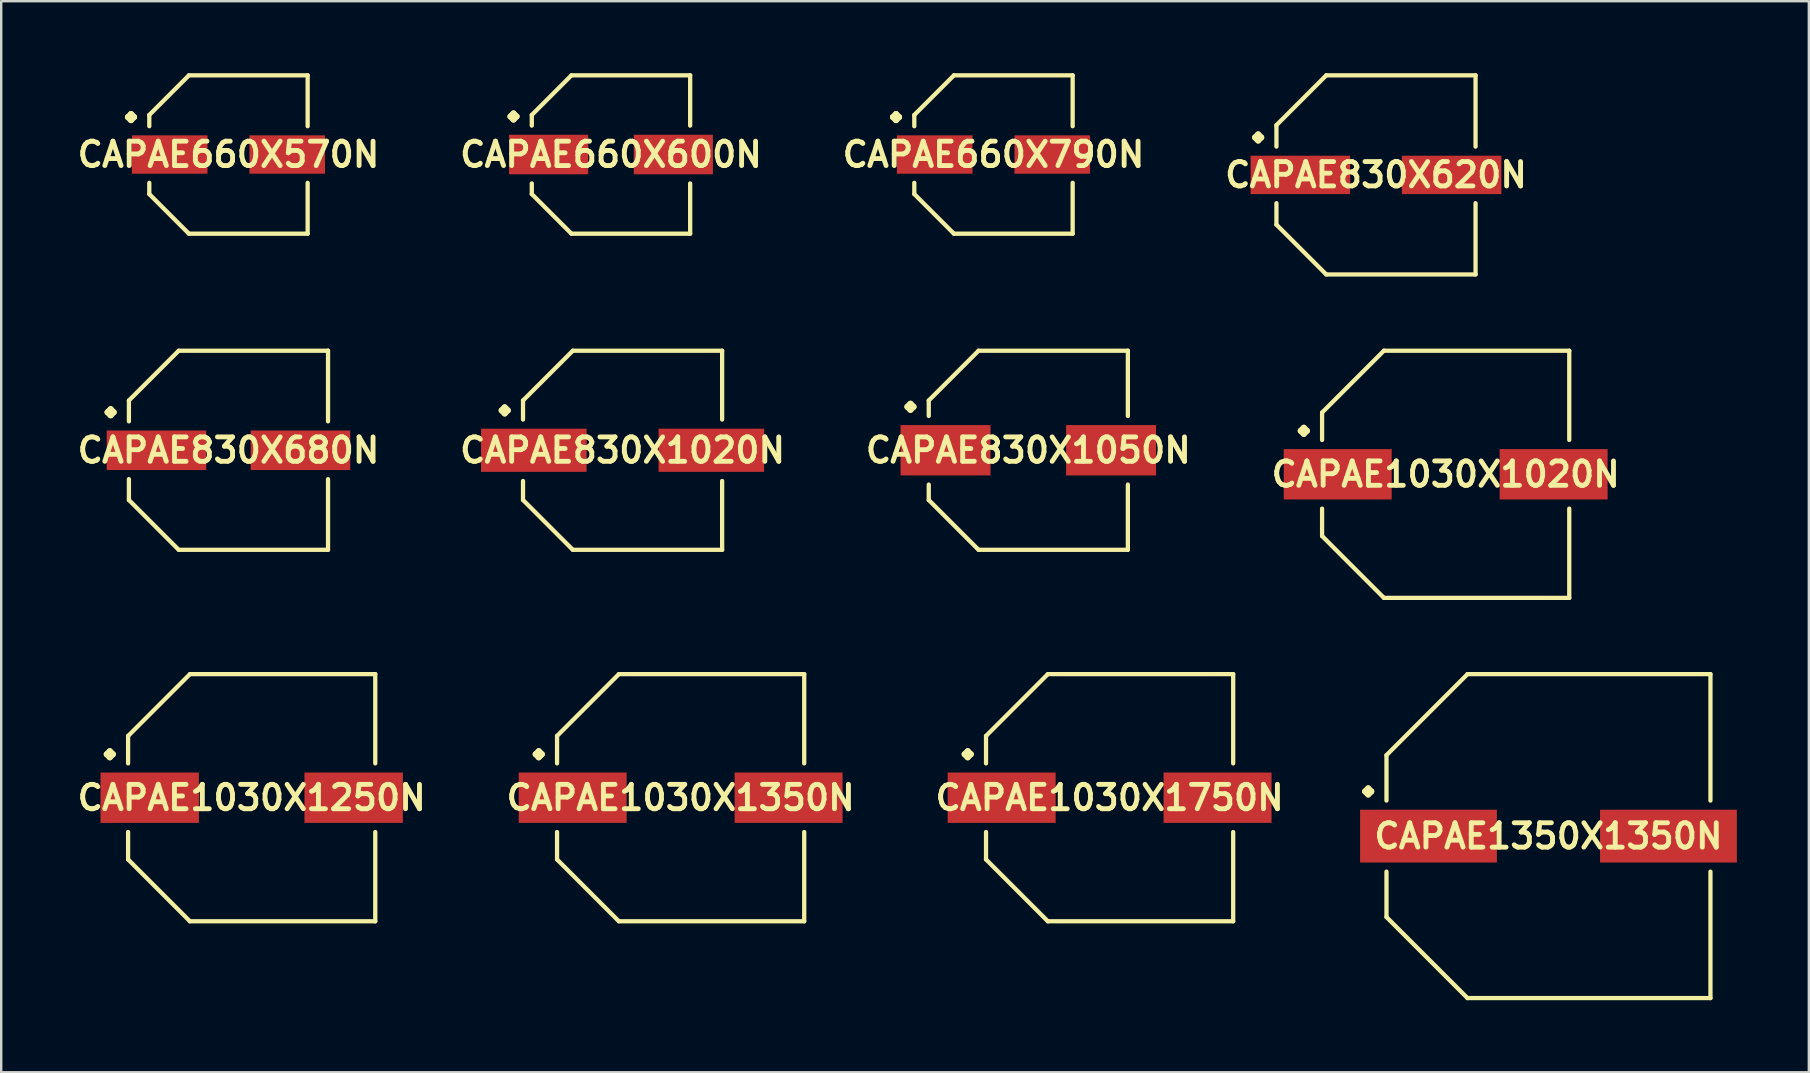
<source format=kicad_pcb>
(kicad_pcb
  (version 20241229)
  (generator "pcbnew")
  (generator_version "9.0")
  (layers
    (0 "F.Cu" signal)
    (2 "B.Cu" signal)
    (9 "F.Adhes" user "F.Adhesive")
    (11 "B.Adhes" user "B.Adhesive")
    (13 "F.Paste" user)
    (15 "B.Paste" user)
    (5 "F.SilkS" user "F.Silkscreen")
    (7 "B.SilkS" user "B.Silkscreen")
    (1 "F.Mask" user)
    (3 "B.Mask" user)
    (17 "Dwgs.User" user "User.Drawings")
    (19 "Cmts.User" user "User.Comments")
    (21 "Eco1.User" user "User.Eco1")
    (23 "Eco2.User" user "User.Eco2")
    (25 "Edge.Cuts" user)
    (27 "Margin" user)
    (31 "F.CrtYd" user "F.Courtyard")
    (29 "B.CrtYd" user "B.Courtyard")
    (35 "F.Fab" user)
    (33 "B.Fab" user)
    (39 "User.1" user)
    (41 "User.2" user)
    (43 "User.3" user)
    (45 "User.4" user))
  (footprint "CAPAE830X680N"
    (layer "F.Cu")
    (at 6.469 15.71)
    (property "Reference" "CAPAE830X680N" (at 0 0 0) (layer "F.SilkS") (effects (font (size 1.016 1.016) (thickness 0.203))))
    (attr smd)
    (fp_line (start -5.037 -1.585) (end -4.91 -1.712) (stroke (width 0.254) (type solid)) (layer "F.SilkS"))
    (fp_line (start -4.91 -1.712) (end -4.783 -1.585) (stroke (width 0.254) (type solid)) (layer "F.SilkS"))
    (fp_line (start -4.91 -1.458) (end -5.037 -1.585) (stroke (width 0.254) (type solid)) (layer "F.SilkS"))
    (fp_line (start -4.783 -1.585) (end -4.91 -1.458) (stroke (width 0.254) (type solid)) (layer "F.SilkS"))
    (fp_line (start -4.148 -2.073) (end -4.148 -1.204) (stroke (width 0.178) (type solid)) (layer "F.SilkS"))
    (fp_line (start -4.148 2.073) (end -4.148 1.204) (stroke (width 0.178) (type solid)) (layer "F.SilkS"))
    (fp_line (start -2.073 -4.148) (end -4.148 -2.073) (stroke (width 0.178) (type solid)) (layer "F.SilkS"))
    (fp_line (start -2.073 4.148) (end -4.148 2.073) (stroke (width 0.178) (type solid)) (layer "F.SilkS"))
    (fp_line (start 4.148 -4.148) (end -2.073 -4.148) (stroke (width 0.178) (type solid)) (layer "F.SilkS"))
    (fp_line (start 4.148 -1.204) (end 4.148 -4.148) (stroke (width 0.178) (type solid)) (layer "F.SilkS"))
    (fp_line (start 4.148 1.204) (end 4.148 4.148) (stroke (width 0.178) (type solid)) (layer "F.SilkS"))
    (fp_line (start 4.148 4.148) (end -2.073 4.148) (stroke (width 0.178) (type solid)) (layer "F.SilkS"))
    (pad "1" smd rect (at -3 0) (size 4.148 1.648) (layers "F.Cu" "F.Mask" "F.Paste"))
    (pad "2" smd rect (at 3 0) (size 4.148 1.648) (layers "F.Cu" "F.Mask" "F.Paste")))
  (footprint "CAPAE660X600N"
    (layer "F.Cu")
    (at 22.406 3.388)
    (property "Reference" "CAPAE660X600N" (at 0 0 0) (layer "F.SilkS") (effects (font (size 1.016 1.016) (thickness 0.203))))
    (attr smd)
    (fp_line (start -4.188 -1.585) (end -4.061 -1.712) (stroke (width 0.254) (type solid)) (layer "F.SilkS"))
    (fp_line (start -4.061 -1.712) (end -3.934 -1.585) (stroke (width 0.254) (type solid)) (layer "F.SilkS"))
    (fp_line (start -4.061 -1.458) (end -4.188 -1.585) (stroke (width 0.254) (type solid)) (layer "F.SilkS"))
    (fp_line (start -3.934 -1.585) (end -4.061 -1.458) (stroke (width 0.254) (type solid)) (layer "F.SilkS"))
    (fp_line (start -3.299 -1.648) (end -3.299 -1.204) (stroke (width 0.178) (type solid)) (layer "F.SilkS"))
    (fp_line (start -3.299 1.648) (end -3.299 1.204) (stroke (width 0.178) (type solid)) (layer "F.SilkS"))
    (fp_line (start -1.648 -3.299) (end -3.299 -1.648) (stroke (width 0.178) (type solid)) (layer "F.SilkS"))
    (fp_line (start -1.648 3.299) (end -3.299 1.648) (stroke (width 0.178) (type solid)) (layer "F.SilkS"))
    (fp_line (start 3.299 -3.299) (end -1.648 -3.299) (stroke (width 0.178) (type solid)) (layer "F.SilkS"))
    (fp_line (start 3.299 -1.204) (end 3.299 -3.299) (stroke (width 0.178) (type solid)) (layer "F.SilkS"))
    (fp_line (start 3.299 1.204) (end 3.299 3.299) (stroke (width 0.178) (type solid)) (layer "F.SilkS"))
    (fp_line (start 3.299 3.299) (end -1.648 3.299) (stroke (width 0.178) (type solid)) (layer "F.SilkS"))
    (pad "1" smd rect (at -2.598 0) (size 3.299 1.648) (layers "F.Cu" "F.Mask" "F.Paste"))
    (pad "2" smd rect (at 2.598 0) (size 3.299 1.648) (layers "F.Cu" "F.Mask" "F.Paste")))
  (footprint "CAPAE1350X1350N"
    (layer "F.Cu")
    (at 61.466 31.786)
    (property "Reference" "CAPAE1350X1350N" (at 0 0 0) (layer "F.SilkS") (effects (font (size 1.016 1.016) (thickness 0.203))))
    (attr smd)
    (fp_line (start -7.638 -1.862) (end -7.511 -1.989) (stroke (width 0.254) (type solid)) (layer "F.SilkS"))
    (fp_line (start -7.511 -1.989) (end -7.384 -1.862) (stroke (width 0.254) (type solid)) (layer "F.SilkS"))
    (fp_line (start -7.511 -1.735) (end -7.638 -1.862) (stroke (width 0.254) (type solid)) (layer "F.SilkS"))
    (fp_line (start -7.384 -1.862) (end -7.511 -1.735) (stroke (width 0.254) (type solid)) (layer "F.SilkS"))
    (fp_line (start -6.749 -3.373) (end -6.749 -1.481) (stroke (width 0.178) (type solid)) (layer "F.SilkS"))
    (fp_line (start -6.749 3.373) (end -6.749 1.481) (stroke (width 0.178) (type solid)) (layer "F.SilkS"))
    (fp_line (start -3.373 -6.749) (end -6.749 -3.373) (stroke (width 0.178) (type solid)) (layer "F.SilkS"))
    (fp_line (start -3.373 6.749) (end -6.749 3.373) (stroke (width 0.178) (type solid)) (layer "F.SilkS"))
    (fp_line (start 6.749 -6.749) (end -3.373 -6.749) (stroke (width 0.178) (type solid)) (layer "F.SilkS"))
    (fp_line (start 6.749 -1.481) (end 6.749 -6.749) (stroke (width 0.178) (type solid)) (layer "F.SilkS"))
    (fp_line (start 6.749 1.481) (end 6.749 6.749) (stroke (width 0.178) (type solid)) (layer "F.SilkS"))
    (fp_line (start 6.749 6.749) (end -3.373 6.749) (stroke (width 0.178) (type solid)) (layer "F.SilkS"))
    (pad "1" smd rect (at -4.999 0) (size 5.7 2.2) (layers "F.Cu" "F.Mask" "F.Paste"))
    (pad "2" smd rect (at 4.999 0) (size 5.7 2.2) (layers "F.Cu" "F.Mask" "F.Paste")))
  (footprint "CAPAE1030X1350N"
    (layer "F.Cu")
    (at 25.308 30.186)
    (property "Reference" "CAPAE1030X1350N" (at 0 0 0) (layer "F.SilkS") (effects (font (size 1.016 1.016) (thickness 0.203))))
    (attr smd)
    (fp_line (start -6.038 -1.811) (end -5.911 -1.938) (stroke (width 0.254) (type solid)) (layer "F.SilkS"))
    (fp_line (start -5.911 -1.938) (end -5.784 -1.811) (stroke (width 0.254) (type solid)) (layer "F.SilkS"))
    (fp_line (start -5.911 -1.684) (end -6.038 -1.811) (stroke (width 0.254) (type solid)) (layer "F.SilkS"))
    (fp_line (start -5.784 -1.811) (end -5.911 -1.684) (stroke (width 0.254) (type solid)) (layer "F.SilkS"))
    (fp_line (start -5.149 -2.573) (end -5.149 -1.43) (stroke (width 0.178) (type solid)) (layer "F.SilkS"))
    (fp_line (start -5.149 2.573) (end -5.149 1.43) (stroke (width 0.178) (type solid)) (layer "F.SilkS"))
    (fp_line (start -2.573 -5.149) (end -5.149 -2.573) (stroke (width 0.178) (type solid)) (layer "F.SilkS"))
    (fp_line (start -2.573 5.149) (end -5.149 2.573) (stroke (width 0.178) (type solid)) (layer "F.SilkS"))
    (fp_line (start 5.149 -5.149) (end -2.573 -5.149) (stroke (width 0.178) (type solid)) (layer "F.SilkS"))
    (fp_line (start 5.149 -1.43) (end 5.149 -5.149) (stroke (width 0.178) (type solid)) (layer "F.SilkS"))
    (fp_line (start 5.149 1.43) (end 5.149 5.149) (stroke (width 0.178) (type solid)) (layer "F.SilkS"))
    (fp_line (start 5.149 5.149) (end -2.573 5.149) (stroke (width 0.178) (type solid)) (layer "F.SilkS"))
    (pad "1" smd rect (at -4.498 0) (size 4.498 2.098) (layers "F.Cu" "F.Mask" "F.Paste"))
    (pad "2" smd rect (at 4.498 0) (size 4.498 2.098) (layers "F.Cu" "F.Mask" "F.Paste")))
  (footprint "CAPAE660X570N"
    (layer "F.Cu")
    (at 6.469 3.388)
    (property "Reference" "CAPAE660X570N" (at 0 0 0) (layer "F.SilkS") (effects (font (size 1.016 1.016) (thickness 0.203))))
    (attr smd)
    (fp_line (start -4.188 -1.56) (end -4.061 -1.687) (stroke (width 0.254) (type solid)) (layer "F.SilkS"))
    (fp_line (start -4.061 -1.687) (end -3.934 -1.56) (stroke (width 0.254) (type solid)) (layer "F.SilkS"))
    (fp_line (start -4.061 -1.433) (end -4.188 -1.56) (stroke (width 0.254) (type solid)) (layer "F.SilkS"))
    (fp_line (start -3.934 -1.56) (end -4.061 -1.433) (stroke (width 0.254) (type solid)) (layer "F.SilkS"))
    (fp_line (start -3.299 -1.648) (end -3.299 -1.179) (stroke (width 0.178) (type solid)) (layer "F.SilkS"))
    (fp_line (start -3.299 1.648) (end -3.299 1.179) (stroke (width 0.178) (type solid)) (layer "F.SilkS"))
    (fp_line (start -1.648 -3.299) (end -3.299 -1.648) (stroke (width 0.178) (type solid)) (layer "F.SilkS"))
    (fp_line (start -1.648 3.299) (end -3.299 1.648) (stroke (width 0.178) (type solid)) (layer "F.SilkS"))
    (fp_line (start 3.299 -3.299) (end -1.648 -3.299) (stroke (width 0.178) (type solid)) (layer "F.SilkS"))
    (fp_line (start 3.299 -1.179) (end 3.299 -3.299) (stroke (width 0.178) (type solid)) (layer "F.SilkS"))
    (fp_line (start 3.299 1.179) (end 3.299 3.299) (stroke (width 0.178) (type solid)) (layer "F.SilkS"))
    (fp_line (start 3.299 3.299) (end -1.648 3.299) (stroke (width 0.178) (type solid)) (layer "F.SilkS"))
    (pad "1" smd rect (at -2.449 0) (size 3.15 1.598) (layers "F.Cu" "F.Mask" "F.Paste"))
    (pad "2" smd rect (at 2.449 0) (size 3.15 1.598) (layers "F.Cu" "F.Mask" "F.Paste")))
  (footprint "CAPAE830X620N"
    (layer "F.Cu")
    (at 54.28 4.237)
    (property "Reference" "CAPAE830X620N" (at 0 0 0) (layer "F.SilkS") (effects (font (size 1.016 1.016) (thickness 0.203))))
    (attr smd)
    (fp_line (start -5.037 -1.56) (end -4.91 -1.687) (stroke (width 0.254) (type solid)) (layer "F.SilkS"))
    (fp_line (start -4.91 -1.687) (end -4.783 -1.56) (stroke (width 0.254) (type solid)) (layer "F.SilkS"))
    (fp_line (start -4.91 -1.433) (end -5.037 -1.56) (stroke (width 0.254) (type solid)) (layer "F.SilkS"))
    (fp_line (start -4.783 -1.56) (end -4.91 -1.433) (stroke (width 0.254) (type solid)) (layer "F.SilkS"))
    (fp_line (start -4.148 -2.073) (end -4.148 -1.179) (stroke (width 0.178) (type solid)) (layer "F.SilkS"))
    (fp_line (start -4.148 2.073) (end -4.148 1.179) (stroke (width 0.178) (type solid)) (layer "F.SilkS"))
    (fp_line (start -2.073 -4.148) (end -4.148 -2.073) (stroke (width 0.178) (type solid)) (layer "F.SilkS"))
    (fp_line (start -2.073 4.148) (end -4.148 2.073) (stroke (width 0.178) (type solid)) (layer "F.SilkS"))
    (fp_line (start 4.148 -4.148) (end -2.073 -4.148) (stroke (width 0.178) (type solid)) (layer "F.SilkS"))
    (fp_line (start 4.148 -1.179) (end 4.148 -4.148) (stroke (width 0.178) (type solid)) (layer "F.SilkS"))
    (fp_line (start 4.148 1.179) (end 4.148 4.148) (stroke (width 0.178) (type solid)) (layer "F.SilkS"))
    (fp_line (start 4.148 4.148) (end -2.073 4.148) (stroke (width 0.178) (type solid)) (layer "F.SilkS"))
    (pad "1" smd rect (at -3.15 0) (size 4.148 1.598) (layers "F.Cu" "F.Mask" "F.Paste"))
    (pad "2" smd rect (at 3.15 0) (size 4.148 1.598) (layers "F.Cu" "F.Mask" "F.Paste")))
  (footprint "CAPAE1030X1750N"
    (layer "F.Cu")
    (at 43.181 30.186)
    (property "Reference" "CAPAE1030X1750N" (at 0 0 0) (layer "F.SilkS") (effects (font (size 1.016 1.016) (thickness 0.203))))
    (attr smd)
    (fp_line (start -6.038 -1.811) (end -5.911 -1.938) (stroke (width 0.254) (type solid)) (layer "F.SilkS"))
    (fp_line (start -5.911 -1.938) (end -5.784 -1.811) (stroke (width 0.254) (type solid)) (layer "F.SilkS"))
    (fp_line (start -5.911 -1.684) (end -6.038 -1.811) (stroke (width 0.254) (type solid)) (layer "F.SilkS"))
    (fp_line (start -5.784 -1.811) (end -5.911 -1.684) (stroke (width 0.254) (type solid)) (layer "F.SilkS"))
    (fp_line (start -5.149 -2.573) (end -5.149 -1.43) (stroke (width 0.178) (type solid)) (layer "F.SilkS"))
    (fp_line (start -5.149 2.573) (end -5.149 1.43) (stroke (width 0.178) (type solid)) (layer "F.SilkS"))
    (fp_line (start -2.573 -5.149) (end -5.149 -2.573) (stroke (width 0.178) (type solid)) (layer "F.SilkS"))
    (fp_line (start -2.573 5.149) (end -5.149 2.573) (stroke (width 0.178) (type solid)) (layer "F.SilkS"))
    (fp_line (start 5.149 -5.149) (end -2.573 -5.149) (stroke (width 0.178) (type solid)) (layer "F.SilkS"))
    (fp_line (start 5.149 -1.43) (end 5.149 -5.149) (stroke (width 0.178) (type solid)) (layer "F.SilkS"))
    (fp_line (start 5.149 1.43) (end 5.149 5.149) (stroke (width 0.178) (type solid)) (layer "F.SilkS"))
    (fp_line (start 5.149 5.149) (end -2.573 5.149) (stroke (width 0.178) (type solid)) (layer "F.SilkS"))
    (pad "1" smd rect (at -4.498 0) (size 4.498 2.098) (layers "F.Cu" "F.Mask" "F.Paste"))
    (pad "2" smd rect (at 4.498 0) (size 4.498 2.098) (layers "F.Cu" "F.Mask" "F.Paste")))
  (footprint "CAPAE830X1020N"
    (layer "F.Cu")
    (at 22.889 15.71)
    (property "Reference" "CAPAE830X1020N" (at 0 0 0) (layer "F.SilkS") (effects (font (size 1.016 1.016) (thickness 0.203))))
    (attr smd)
    (fp_line (start -5.037 -1.661) (end -4.91 -1.788) (stroke (width 0.254) (type solid)) (layer "F.SilkS"))
    (fp_line (start -4.91 -1.788) (end -4.783 -1.661) (stroke (width 0.254) (type solid)) (layer "F.SilkS"))
    (fp_line (start -4.91 -1.534) (end -5.037 -1.661) (stroke (width 0.254) (type solid)) (layer "F.SilkS"))
    (fp_line (start -4.783 -1.661) (end -4.91 -1.534) (stroke (width 0.254) (type solid)) (layer "F.SilkS"))
    (fp_line (start -4.148 -2.073) (end -4.148 -1.28) (stroke (width 0.178) (type solid)) (layer "F.SilkS"))
    (fp_line (start -4.148 2.073) (end -4.148 1.28) (stroke (width 0.178) (type solid)) (layer "F.SilkS"))
    (fp_line (start -2.073 -4.148) (end -4.148 -2.073) (stroke (width 0.178) (type solid)) (layer "F.SilkS"))
    (fp_line (start -2.073 4.148) (end -4.148 2.073) (stroke (width 0.178) (type solid)) (layer "F.SilkS"))
    (fp_line (start 4.148 -4.148) (end -2.073 -4.148) (stroke (width 0.178) (type solid)) (layer "F.SilkS"))
    (fp_line (start 4.148 -1.28) (end 4.148 -4.148) (stroke (width 0.178) (type solid)) (layer "F.SilkS"))
    (fp_line (start 4.148 1.28) (end 4.148 4.148) (stroke (width 0.178) (type solid)) (layer "F.SilkS"))
    (fp_line (start 4.148 4.148) (end -2.073 4.148) (stroke (width 0.178) (type solid)) (layer "F.SilkS"))
    (pad "1" smd rect (at -3.698 0) (size 4.399 1.798) (layers "F.Cu" "F.Mask" "F.Paste"))
    (pad "2" smd rect (at 3.698 0) (size 4.399 1.798) (layers "F.Cu" "F.Mask" "F.Paste")))
  (footprint "CAPAE1030X1020N"
    (layer "F.Cu")
    (at 57.183 16.711)
    (property "Reference" "CAPAE1030X1020N" (at 0 0 0) (layer "F.SilkS") (effects (font (size 1.016 1.016) (thickness 0.203))))
    (attr smd)
    (fp_line (start -6.038 -1.811) (end -5.911 -1.938) (stroke (width 0.254) (type solid)) (layer "F.SilkS"))
    (fp_line (start -5.911 -1.938) (end -5.784 -1.811) (stroke (width 0.254) (type solid)) (layer "F.SilkS"))
    (fp_line (start -5.911 -1.684) (end -6.038 -1.811) (stroke (width 0.254) (type solid)) (layer "F.SilkS"))
    (fp_line (start -5.784 -1.811) (end -5.911 -1.684) (stroke (width 0.254) (type solid)) (layer "F.SilkS"))
    (fp_line (start -5.149 -2.573) (end -5.149 -1.43) (stroke (width 0.178) (type solid)) (layer "F.SilkS"))
    (fp_line (start -5.149 2.573) (end -5.149 1.43) (stroke (width 0.178) (type solid)) (layer "F.SilkS"))
    (fp_line (start -2.573 -5.149) (end -5.149 -2.573) (stroke (width 0.178) (type solid)) (layer "F.SilkS"))
    (fp_line (start -2.573 5.149) (end -5.149 2.573) (stroke (width 0.178) (type solid)) (layer "F.SilkS"))
    (fp_line (start 5.149 -5.149) (end -2.573 -5.149) (stroke (width 0.178) (type solid)) (layer "F.SilkS"))
    (fp_line (start 5.149 -1.43) (end 5.149 -5.149) (stroke (width 0.178) (type solid)) (layer "F.SilkS"))
    (fp_line (start 5.149 1.43) (end 5.149 5.149) (stroke (width 0.178) (type solid)) (layer "F.SilkS"))
    (fp_line (start 5.149 5.149) (end -2.573 5.149) (stroke (width 0.178) (type solid)) (layer "F.SilkS"))
    (pad "1" smd rect (at -4.498 0) (size 4.498 2.098) (layers "F.Cu" "F.Mask" "F.Paste"))
    (pad "2" smd rect (at 4.498 0) (size 4.498 2.098) (layers "F.Cu" "F.Mask" "F.Paste")))
  (footprint "CAPAE830X1050N"
    (layer "F.Cu")
    (at 39.794 15.71)
    (property "Reference" "CAPAE830X1050N" (at 0 0 0) (layer "F.SilkS") (effects (font (size 1.016 1.016) (thickness 0.203))))
    (attr smd)
    (fp_line (start -5.037 -1.811) (end -4.91 -1.938) (stroke (width 0.254) (type solid)) (layer "F.SilkS"))
    (fp_line (start -4.91 -1.938) (end -4.783 -1.811) (stroke (width 0.254) (type solid)) (layer "F.SilkS"))
    (fp_line (start -4.91 -1.684) (end -5.037 -1.811) (stroke (width 0.254) (type solid)) (layer "F.SilkS"))
    (fp_line (start -4.783 -1.811) (end -4.91 -1.684) (stroke (width 0.254) (type solid)) (layer "F.SilkS"))
    (fp_line (start -4.148 -2.073) (end -4.148 -1.43) (stroke (width 0.178) (type solid)) (layer "F.SilkS"))
    (fp_line (start -4.148 2.073) (end -4.148 1.43) (stroke (width 0.178) (type solid)) (layer "F.SilkS"))
    (fp_line (start -2.073 -4.148) (end -4.148 -2.073) (stroke (width 0.178) (type solid)) (layer "F.SilkS"))
    (fp_line (start -2.073 4.148) (end -4.148 2.073) (stroke (width 0.178) (type solid)) (layer "F.SilkS"))
    (fp_line (start 4.148 -4.148) (end -2.073 -4.148) (stroke (width 0.178) (type solid)) (layer "F.SilkS"))
    (fp_line (start 4.148 -1.43) (end 4.148 -4.148) (stroke (width 0.178) (type solid)) (layer "F.SilkS"))
    (fp_line (start 4.148 1.43) (end 4.148 4.148) (stroke (width 0.178) (type solid)) (layer "F.SilkS"))
    (fp_line (start 4.148 4.148) (end -2.073 4.148) (stroke (width 0.178) (type solid)) (layer "F.SilkS"))
    (pad "1" smd rect (at -3.449 0) (size 3.749 2.098) (layers "F.Cu" "F.Mask" "F.Paste"))
    (pad "2" smd rect (at 3.449 0) (size 3.749 2.098) (layers "F.Cu" "F.Mask" "F.Paste")))
  (footprint "CAPAE1030X1250N"
    (layer "F.Cu")
    (at 7.436 30.186)
    (property "Reference" "CAPAE1030X1250N" (at 0 0 0) (layer "F.SilkS") (effects (font (size 1.016 1.016) (thickness 0.203))))
    (attr smd)
    (fp_line (start -6.038 -1.811) (end -5.911 -1.938) (stroke (width 0.254) (type solid)) (layer "F.SilkS"))
    (fp_line (start -5.911 -1.938) (end -5.784 -1.811) (stroke (width 0.254) (type solid)) (layer "F.SilkS"))
    (fp_line (start -5.911 -1.684) (end -6.038 -1.811) (stroke (width 0.254) (type solid)) (layer "F.SilkS"))
    (fp_line (start -5.784 -1.811) (end -5.911 -1.684) (stroke (width 0.254) (type solid)) (layer "F.SilkS"))
    (fp_line (start -5.149 -2.573) (end -5.149 -1.43) (stroke (width 0.178) (type solid)) (layer "F.SilkS"))
    (fp_line (start -5.149 2.573) (end -5.149 1.43) (stroke (width 0.178) (type solid)) (layer "F.SilkS"))
    (fp_line (start -2.573 -5.149) (end -5.149 -2.573) (stroke (width 0.178) (type solid)) (layer "F.SilkS"))
    (fp_line (start -2.573 5.149) (end -5.149 2.573) (stroke (width 0.178) (type solid)) (layer "F.SilkS"))
    (fp_line (start 5.149 -5.149) (end -2.573 -5.149) (stroke (width 0.178) (type solid)) (layer "F.SilkS"))
    (fp_line (start 5.149 -1.43) (end 5.149 -5.149) (stroke (width 0.178) (type solid)) (layer "F.SilkS"))
    (fp_line (start 5.149 1.43) (end 5.149 5.149) (stroke (width 0.178) (type solid)) (layer "F.SilkS"))
    (fp_line (start 5.149 5.149) (end -2.573 5.149) (stroke (width 0.178) (type solid)) (layer "F.SilkS"))
    (pad "1" smd rect (at -4.249 0) (size 4.1 2.098) (layers "F.Cu" "F.Mask" "F.Paste"))
    (pad "2" smd rect (at 4.249 0) (size 4.1 2.098) (layers "F.Cu" "F.Mask" "F.Paste")))
  (footprint "CAPAE660X790N"
    (layer "F.Cu")
    (at 38.343 3.388)
    (property "Reference" "CAPAE660X790N" (at 0 0 0) (layer "F.SilkS") (effects (font (size 1.016 1.016) (thickness 0.203))))
    (attr smd)
    (fp_line (start -4.188 -1.56) (end -4.061 -1.687) (stroke (width 0.254) (type solid)) (layer "F.SilkS"))
    (fp_line (start -4.061 -1.687) (end -3.934 -1.56) (stroke (width 0.254) (type solid)) (layer "F.SilkS"))
    (fp_line (start -4.061 -1.433) (end -4.188 -1.56) (stroke (width 0.254) (type solid)) (layer "F.SilkS"))
    (fp_line (start -3.934 -1.56) (end -4.061 -1.433) (stroke (width 0.254) (type solid)) (layer "F.SilkS"))
    (fp_line (start -3.299 -1.648) (end -3.299 -1.179) (stroke (width 0.178) (type solid)) (layer "F.SilkS"))
    (fp_line (start -3.299 1.648) (end -3.299 1.179) (stroke (width 0.178) (type solid)) (layer "F.SilkS"))
    (fp_line (start -1.648 -3.299) (end -3.299 -1.648) (stroke (width 0.178) (type solid)) (layer "F.SilkS"))
    (fp_line (start -1.648 3.299) (end -3.299 1.648) (stroke (width 0.178) (type solid)) (layer "F.SilkS"))
    (fp_line (start 3.299 -3.299) (end -1.648 -3.299) (stroke (width 0.178) (type solid)) (layer "F.SilkS"))
    (fp_line (start 3.299 -1.179) (end 3.299 -3.299) (stroke (width 0.178) (type solid)) (layer "F.SilkS"))
    (fp_line (start 3.299 1.179) (end 3.299 3.299) (stroke (width 0.178) (type solid)) (layer "F.SilkS"))
    (fp_line (start 3.299 3.299) (end -1.648 3.299) (stroke (width 0.178) (type solid)) (layer "F.SilkS"))
    (pad "1" smd rect (at -2.449 0) (size 3.15 1.598) (layers "F.Cu" "F.Mask" "F.Paste"))
    (pad "2" smd rect (at 2.449 0) (size 3.15 1.598) (layers "F.Cu" "F.Mask" "F.Paste")))
  (gr_rect
    (start -3 -3)
    (end 72.314 41.624)
    (stroke (width 0.1) (type default))
    (fill no)
    (layer "Edge.Cuts")))
</source>
